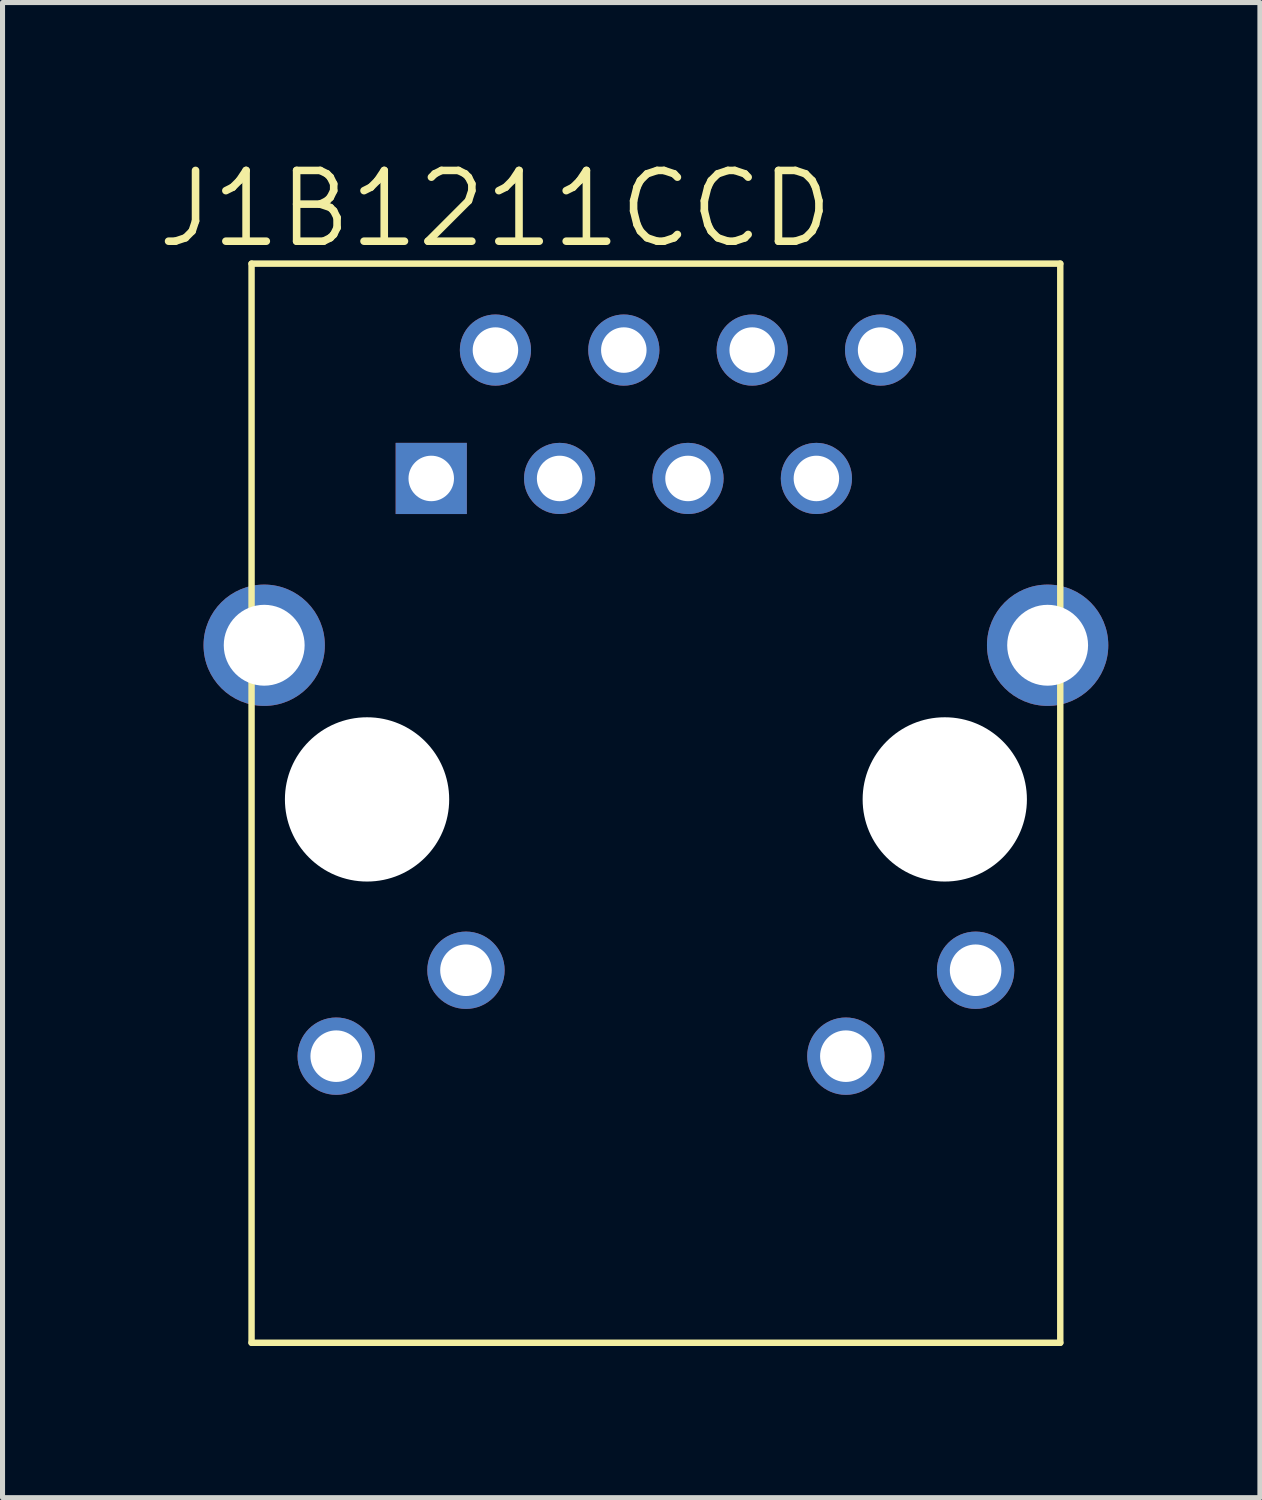
<source format=kicad_pcb>
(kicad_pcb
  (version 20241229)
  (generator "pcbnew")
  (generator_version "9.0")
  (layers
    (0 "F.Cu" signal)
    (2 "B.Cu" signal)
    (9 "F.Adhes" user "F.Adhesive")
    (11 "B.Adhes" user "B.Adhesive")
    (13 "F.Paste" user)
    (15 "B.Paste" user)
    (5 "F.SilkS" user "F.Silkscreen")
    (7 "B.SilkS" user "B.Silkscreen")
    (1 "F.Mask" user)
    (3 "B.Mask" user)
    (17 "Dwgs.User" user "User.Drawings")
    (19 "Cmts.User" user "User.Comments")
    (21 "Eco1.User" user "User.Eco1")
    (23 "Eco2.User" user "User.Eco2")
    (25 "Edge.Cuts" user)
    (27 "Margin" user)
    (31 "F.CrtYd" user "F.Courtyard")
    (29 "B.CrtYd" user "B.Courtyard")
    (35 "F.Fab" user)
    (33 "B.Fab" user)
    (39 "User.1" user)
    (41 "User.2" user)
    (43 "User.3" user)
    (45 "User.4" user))
  (footprint "J1B1211CCD"
    (layer "F.Cu")
    (at 9.927 12.766)
    (property "Reference" "J1B1211CCD" (at -3.175 -11.684 0) (layer "F.SilkS") (effects (font (size 1.4 1.4) (thickness 0.15))))
    (attr through_hole)
    (fp_line (start -8 -10.6) (end -8 10.75) (stroke (width 0.127) (type solid)) (layer "F.SilkS"))
    (fp_line (start -8 10.75) (end 8 10.75) (stroke (width 0.127) (type solid)) (layer "F.SilkS"))
    (fp_line (start 8 -10.6) (end -8 -10.6) (stroke (width 0.127) (type solid)) (layer "F.SilkS"))
    (fp_line (start 8 10.75) (end 8 -10.6) (stroke (width 0.127) (type solid)) (layer "F.SilkS"))
    (pad "" np_thru_hole circle (at -5.715 0) (size 3.25 3.25) (drill 3.25) (layers "*.Cu" "*.Mask"))
    (pad "" np_thru_hole circle (at 5.715 0) (size 3.25 3.25) (drill 3.25) (layers "*.Cu" "*.Mask"))
    (pad "1" thru_hole rect (at -4.445 -6.35) (size 1.408 1.408) (drill 0.9) (layers "*.Cu" "*.Mask"))
    (pad "2" thru_hole circle (at -3.175 -8.89) (size 1.408 1.408) (drill 0.9) (layers "*.Cu" "*.Mask"))
    (pad "3" thru_hole circle (at -1.905 -6.35) (size 1.408 1.408) (drill 0.9) (layers "*.Cu" "*.Mask"))
    (pad "4" thru_hole circle (at -0.635 -8.89) (size 1.408 1.408) (drill 0.9) (layers "*.Cu" "*.Mask"))
    (pad "5" thru_hole circle (at 0.635 -6.35) (size 1.408 1.408) (drill 0.9) (layers "*.Cu" "*.Mask"))
    (pad "6" thru_hole circle (at 1.905 -8.89) (size 1.408 1.408) (drill 0.9) (layers "*.Cu" "*.Mask"))
    (pad "7" thru_hole circle (at 3.175 -6.35) (size 1.408 1.408) (drill 0.9) (layers "*.Cu" "*.Mask"))
    (pad "8" thru_hole circle (at 4.445 -8.89) (size 1.408 1.408) (drill 0.9) (layers "*.Cu" "*.Mask"))
    (pad "9" thru_hole circle (at -6.325 5.08) (size 1.53 1.53) (drill 1.02) (layers "*.Cu" "*.Mask"))
    (pad "10" thru_hole circle (at -3.758 3.38) (size 1.53 1.53) (drill 1.02) (layers "*.Cu" "*.Mask"))
    (pad "11" thru_hole circle (at 3.758 5.08) (size 1.53 1.53) (drill 1.02) (layers "*.Cu" "*.Mask"))
    (pad "12" thru_hole circle (at 6.325 3.38) (size 1.53 1.53) (drill 1.02) (layers "*.Cu" "*.Mask"))
    (pad "13" thru_hole circle (at -7.75 -3.05) (size 2.4 2.4) (drill 1.6) (layers "*.Cu" "*.Mask"))
    (pad "14" thru_hole circle (at 7.75 -3.05) (size 2.4 2.4) (drill 1.6) (layers "*.Cu" "*.Mask")))
  (gr_rect
    (start -3 -3)
    (end 21.877 26.58)
    (stroke (width 0.1) (type default))
    (fill no)
    (layer "Edge.Cuts")))
</source>
